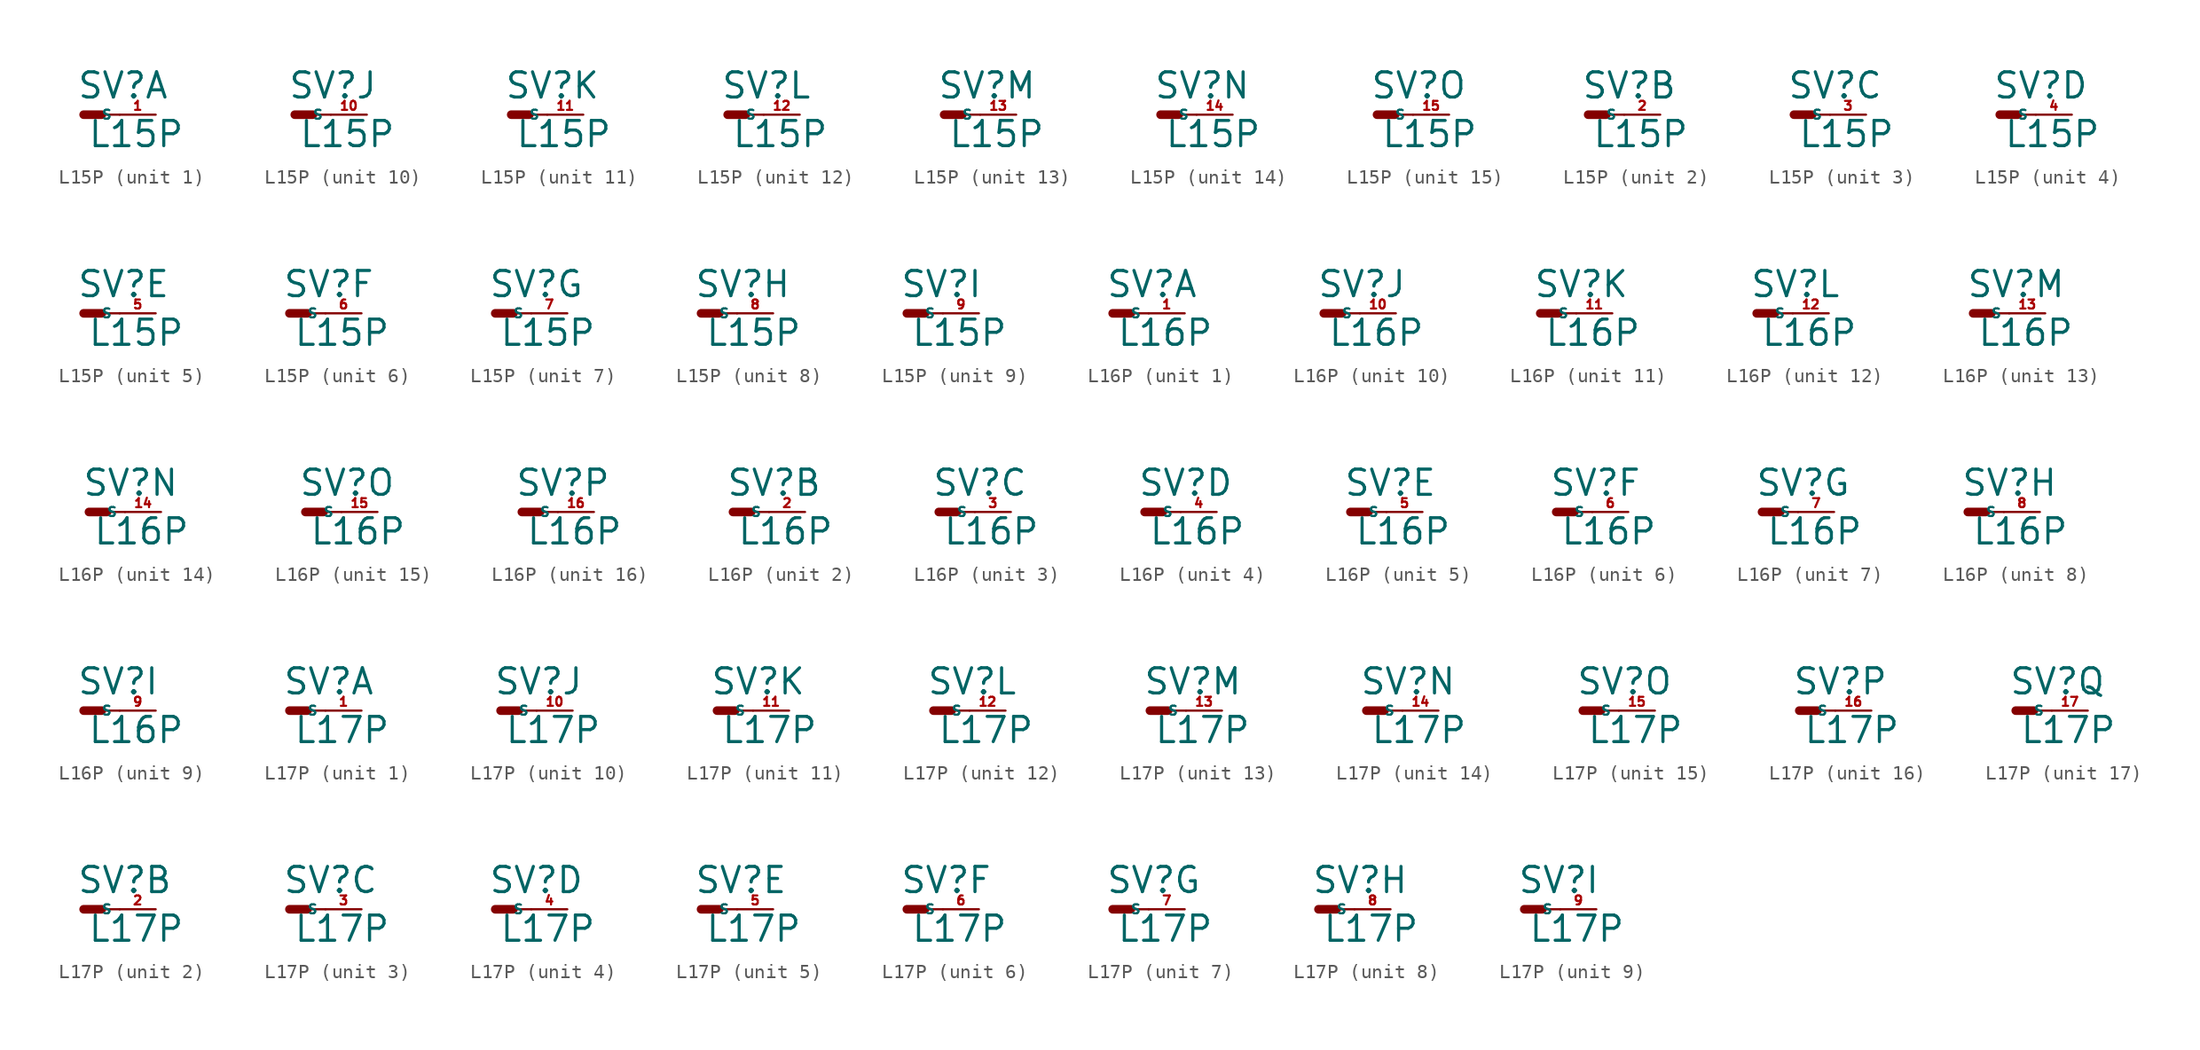
<source format=kicad_sym>
(kicad_symbol_lib
  (version 20220914)
  (generator Eagle2Kicad)
  (symbol "L15P"
    (property "Reference" "SV"
      (at -0.508 1.016 0)
      (effects (font (size 1.778 1.778) (thickness 0.22)) (justify left bottom)))
    (property "Value" "L15P"
      (at 0.254 -2.413 0)
      (effects (font (size 1.778 1.778) (thickness 0.22)) (justify left bottom)))
    (symbol "L15P_1_0"
      (polyline (pts (xy 1.27 0) (xy 2.54 0)) (stroke (width 0.152) (type default)) (fill (type none)))
      (polyline (pts (xy 0 0) (xy 1.27 0)) (stroke (width 0.61) (type default)) (fill (type none)))
      (pin passive line (at 5.08 0 180) (length 2.54) (name "S" (effects (font (size 0.635 0.635) (thickness 0.08)) (justify left bottom))) (number "1" (effects (font (size 0.635 0.635) (thickness 0.08)) (justify left bottom)))))
    (symbol "L15P_2_0"
      (polyline (pts (xy 1.27 0) (xy 2.54 0)) (stroke (width 0.152) (type default)) (fill (type none)))
      (polyline (pts (xy 0 0) (xy 1.27 0)) (stroke (width 0.61) (type default)) (fill (type none)))
      (pin passive line (at 5.08 0 180) (length 2.54) (name "S" (effects (font (size 0.635 0.635) (thickness 0.08)) (justify left bottom))) (number "2" (effects (font (size 0.635 0.635) (thickness 0.08)) (justify left bottom)))))
    (symbol "L15P_3_0"
      (polyline (pts (xy 1.27 0) (xy 2.54 0)) (stroke (width 0.152) (type default)) (fill (type none)))
      (polyline (pts (xy 0 0) (xy 1.27 0)) (stroke (width 0.61) (type default)) (fill (type none)))
      (pin passive line (at 5.08 0 180) (length 2.54) (name "S" (effects (font (size 0.635 0.635) (thickness 0.08)) (justify left bottom))) (number "3" (effects (font (size 0.635 0.635) (thickness 0.08)) (justify left bottom)))))
    (symbol "L15P_4_0"
      (polyline (pts (xy 1.27 0) (xy 2.54 0)) (stroke (width 0.152) (type default)) (fill (type none)))
      (polyline (pts (xy 0 0) (xy 1.27 0)) (stroke (width 0.61) (type default)) (fill (type none)))
      (pin passive line (at 5.08 0 180) (length 2.54) (name "S" (effects (font (size 0.635 0.635) (thickness 0.08)) (justify left bottom))) (number "4" (effects (font (size 0.635 0.635) (thickness 0.08)) (justify left bottom)))))
    (symbol "L15P_5_0"
      (polyline (pts (xy 1.27 0) (xy 2.54 0)) (stroke (width 0.152) (type default)) (fill (type none)))
      (polyline (pts (xy 0 0) (xy 1.27 0)) (stroke (width 0.61) (type default)) (fill (type none)))
      (pin passive line (at 5.08 0 180) (length 2.54) (name "S" (effects (font (size 0.635 0.635) (thickness 0.08)) (justify left bottom))) (number "5" (effects (font (size 0.635 0.635) (thickness 0.08)) (justify left bottom)))))
    (symbol "L15P_6_0"
      (polyline (pts (xy 1.27 0) (xy 2.54 0)) (stroke (width 0.152) (type default)) (fill (type none)))
      (polyline (pts (xy 0 0) (xy 1.27 0)) (stroke (width 0.61) (type default)) (fill (type none)))
      (pin passive line (at 5.08 0 180) (length 2.54) (name "S" (effects (font (size 0.635 0.635) (thickness 0.08)) (justify left bottom))) (number "6" (effects (font (size 0.635 0.635) (thickness 0.08)) (justify left bottom)))))
    (symbol "L15P_7_0"
      (polyline (pts (xy 1.27 0) (xy 2.54 0)) (stroke (width 0.152) (type default)) (fill (type none)))
      (polyline (pts (xy 0 0) (xy 1.27 0)) (stroke (width 0.61) (type default)) (fill (type none)))
      (pin passive line (at 5.08 0 180) (length 2.54) (name "S" (effects (font (size 0.635 0.635) (thickness 0.08)) (justify left bottom))) (number "7" (effects (font (size 0.635 0.635) (thickness 0.08)) (justify left bottom)))))
    (symbol "L15P_8_0"
      (polyline (pts (xy 1.27 0) (xy 2.54 0)) (stroke (width 0.152) (type default)) (fill (type none)))
      (polyline (pts (xy 0 0) (xy 1.27 0)) (stroke (width 0.61) (type default)) (fill (type none)))
      (pin passive line (at 5.08 0 180) (length 2.54) (name "S" (effects (font (size 0.635 0.635) (thickness 0.08)) (justify left bottom))) (number "8" (effects (font (size 0.635 0.635) (thickness 0.08)) (justify left bottom)))))
    (symbol "L15P_9_0"
      (polyline (pts (xy 1.27 0) (xy 2.54 0)) (stroke (width 0.152) (type default)) (fill (type none)))
      (polyline (pts (xy 0 0) (xy 1.27 0)) (stroke (width 0.61) (type default)) (fill (type none)))
      (pin passive line (at 5.08 0 180) (length 2.54) (name "S" (effects (font (size 0.635 0.635) (thickness 0.08)) (justify left bottom))) (number "9" (effects (font (size 0.635 0.635) (thickness 0.08)) (justify left bottom)))))
    (symbol "L15P_10_0"
      (polyline (pts (xy 1.27 0) (xy 2.54 0)) (stroke (width 0.152) (type default)) (fill (type none)))
      (polyline (pts (xy 0 0) (xy 1.27 0)) (stroke (width 0.61) (type default)) (fill (type none)))
      (pin passive line (at 5.08 0 180) (length 2.54) (name "S" (effects (font (size 0.635 0.635) (thickness 0.08)) (justify left bottom))) (number "10" (effects (font (size 0.635 0.635) (thickness 0.08)) (justify left bottom)))))
    (symbol "L15P_11_0"
      (polyline (pts (xy 1.27 0) (xy 2.54 0)) (stroke (width 0.152) (type default)) (fill (type none)))
      (polyline (pts (xy 0 0) (xy 1.27 0)) (stroke (width 0.61) (type default)) (fill (type none)))
      (pin passive line (at 5.08 0 180) (length 2.54) (name "S" (effects (font (size 0.635 0.635) (thickness 0.08)) (justify left bottom))) (number "11" (effects (font (size 0.635 0.635) (thickness 0.08)) (justify left bottom)))))
    (symbol "L15P_12_0"
      (polyline (pts (xy 1.27 0) (xy 2.54 0)) (stroke (width 0.152) (type default)) (fill (type none)))
      (polyline (pts (xy 0 0) (xy 1.27 0)) (stroke (width 0.61) (type default)) (fill (type none)))
      (pin passive line (at 5.08 0 180) (length 2.54) (name "S" (effects (font (size 0.635 0.635) (thickness 0.08)) (justify left bottom))) (number "12" (effects (font (size 0.635 0.635) (thickness 0.08)) (justify left bottom)))))
    (symbol "L15P_13_0"
      (polyline (pts (xy 1.27 0) (xy 2.54 0)) (stroke (width 0.152) (type default)) (fill (type none)))
      (polyline (pts (xy 0 0) (xy 1.27 0)) (stroke (width 0.61) (type default)) (fill (type none)))
      (pin passive line (at 5.08 0 180) (length 2.54) (name "S" (effects (font (size 0.635 0.635) (thickness 0.08)) (justify left bottom))) (number "13" (effects (font (size 0.635 0.635) (thickness 0.08)) (justify left bottom)))))
    (symbol "L15P_14_0"
      (polyline (pts (xy 1.27 0) (xy 2.54 0)) (stroke (width 0.152) (type default)) (fill (type none)))
      (polyline (pts (xy 0 0) (xy 1.27 0)) (stroke (width 0.61) (type default)) (fill (type none)))
      (pin passive line (at 5.08 0 180) (length 2.54) (name "S" (effects (font (size 0.635 0.635) (thickness 0.08)) (justify left bottom))) (number "14" (effects (font (size 0.635 0.635) (thickness 0.08)) (justify left bottom)))))
    (symbol "L15P_15_0"
      (polyline (pts (xy 1.27 0) (xy 2.54 0)) (stroke (width 0.152) (type default)) (fill (type none)))
      (polyline (pts (xy 0 0) (xy 1.27 0)) (stroke (width 0.61) (type default)) (fill (type none)))
      (pin passive line (at 5.08 0 180) (length 2.54) (name "S" (effects (font (size 0.635 0.635) (thickness 0.08)) (justify left bottom))) (number "15" (effects (font (size 0.635 0.635) (thickness 0.08)) (justify left bottom))))))
  (symbol "L16P"
    (property "Reference" "SV"
      (at -0.508 1.016 0)
      (effects (font (size 1.778 1.778) (thickness 0.22)) (justify left bottom)))
    (property "Value" "L16P"
      (at 0.254 -2.413 0)
      (effects (font (size 1.778 1.778) (thickness 0.22)) (justify left bottom)))
    (symbol "L16P_1_0"
      (polyline (pts (xy 1.27 0) (xy 2.54 0)) (stroke (width 0.152) (type default)) (fill (type none)))
      (polyline (pts (xy 0 0) (xy 1.27 0)) (stroke (width 0.61) (type default)) (fill (type none)))
      (pin passive line (at 5.08 0 180) (length 2.54) (name "S" (effects (font (size 0.635 0.635) (thickness 0.08)) (justify left bottom))) (number "1" (effects (font (size 0.635 0.635) (thickness 0.08)) (justify left bottom)))))
    (symbol "L16P_2_0"
      (polyline (pts (xy 1.27 0) (xy 2.54 0)) (stroke (width 0.152) (type default)) (fill (type none)))
      (polyline (pts (xy 0 0) (xy 1.27 0)) (stroke (width 0.61) (type default)) (fill (type none)))
      (pin passive line (at 5.08 0 180) (length 2.54) (name "S" (effects (font (size 0.635 0.635) (thickness 0.08)) (justify left bottom))) (number "2" (effects (font (size 0.635 0.635) (thickness 0.08)) (justify left bottom)))))
    (symbol "L16P_3_0"
      (polyline (pts (xy 1.27 0) (xy 2.54 0)) (stroke (width 0.152) (type default)) (fill (type none)))
      (polyline (pts (xy 0 0) (xy 1.27 0)) (stroke (width 0.61) (type default)) (fill (type none)))
      (pin passive line (at 5.08 0 180) (length 2.54) (name "S" (effects (font (size 0.635 0.635) (thickness 0.08)) (justify left bottom))) (number "3" (effects (font (size 0.635 0.635) (thickness 0.08)) (justify left bottom)))))
    (symbol "L16P_4_0"
      (polyline (pts (xy 1.27 0) (xy 2.54 0)) (stroke (width 0.152) (type default)) (fill (type none)))
      (polyline (pts (xy 0 0) (xy 1.27 0)) (stroke (width 0.61) (type default)) (fill (type none)))
      (pin passive line (at 5.08 0 180) (length 2.54) (name "S" (effects (font (size 0.635 0.635) (thickness 0.08)) (justify left bottom))) (number "4" (effects (font (size 0.635 0.635) (thickness 0.08)) (justify left bottom)))))
    (symbol "L16P_5_0"
      (polyline (pts (xy 1.27 0) (xy 2.54 0)) (stroke (width 0.152) (type default)) (fill (type none)))
      (polyline (pts (xy 0 0) (xy 1.27 0)) (stroke (width 0.61) (type default)) (fill (type none)))
      (pin passive line (at 5.08 0 180) (length 2.54) (name "S" (effects (font (size 0.635 0.635) (thickness 0.08)) (justify left bottom))) (number "5" (effects (font (size 0.635 0.635) (thickness 0.08)) (justify left bottom)))))
    (symbol "L16P_6_0"
      (polyline (pts (xy 1.27 0) (xy 2.54 0)) (stroke (width 0.152) (type default)) (fill (type none)))
      (polyline (pts (xy 0 0) (xy 1.27 0)) (stroke (width 0.61) (type default)) (fill (type none)))
      (pin passive line (at 5.08 0 180) (length 2.54) (name "S" (effects (font (size 0.635 0.635) (thickness 0.08)) (justify left bottom))) (number "6" (effects (font (size 0.635 0.635) (thickness 0.08)) (justify left bottom)))))
    (symbol "L16P_7_0"
      (polyline (pts (xy 1.27 0) (xy 2.54 0)) (stroke (width 0.152) (type default)) (fill (type none)))
      (polyline (pts (xy 0 0) (xy 1.27 0)) (stroke (width 0.61) (type default)) (fill (type none)))
      (pin passive line (at 5.08 0 180) (length 2.54) (name "S" (effects (font (size 0.635 0.635) (thickness 0.08)) (justify left bottom))) (number "7" (effects (font (size 0.635 0.635) (thickness 0.08)) (justify left bottom)))))
    (symbol "L16P_8_0"
      (polyline (pts (xy 1.27 0) (xy 2.54 0)) (stroke (width 0.152) (type default)) (fill (type none)))
      (polyline (pts (xy 0 0) (xy 1.27 0)) (stroke (width 0.61) (type default)) (fill (type none)))
      (pin passive line (at 5.08 0 180) (length 2.54) (name "S" (effects (font (size 0.635 0.635) (thickness 0.08)) (justify left bottom))) (number "8" (effects (font (size 0.635 0.635) (thickness 0.08)) (justify left bottom)))))
    (symbol "L16P_9_0"
      (polyline (pts (xy 1.27 0) (xy 2.54 0)) (stroke (width 0.152) (type default)) (fill (type none)))
      (polyline (pts (xy 0 0) (xy 1.27 0)) (stroke (width 0.61) (type default)) (fill (type none)))
      (pin passive line (at 5.08 0 180) (length 2.54) (name "S" (effects (font (size 0.635 0.635) (thickness 0.08)) (justify left bottom))) (number "9" (effects (font (size 0.635 0.635) (thickness 0.08)) (justify left bottom)))))
    (symbol "L16P_10_0"
      (polyline (pts (xy 1.27 0) (xy 2.54 0)) (stroke (width 0.152) (type default)) (fill (type none)))
      (polyline (pts (xy 0 0) (xy 1.27 0)) (stroke (width 0.61) (type default)) (fill (type none)))
      (pin passive line (at 5.08 0 180) (length 2.54) (name "S" (effects (font (size 0.635 0.635) (thickness 0.08)) (justify left bottom))) (number "10" (effects (font (size 0.635 0.635) (thickness 0.08)) (justify left bottom)))))
    (symbol "L16P_11_0"
      (polyline (pts (xy 1.27 0) (xy 2.54 0)) (stroke (width 0.152) (type default)) (fill (type none)))
      (polyline (pts (xy 0 0) (xy 1.27 0)) (stroke (width 0.61) (type default)) (fill (type none)))
      (pin passive line (at 5.08 0 180) (length 2.54) (name "S" (effects (font (size 0.635 0.635) (thickness 0.08)) (justify left bottom))) (number "11" (effects (font (size 0.635 0.635) (thickness 0.08)) (justify left bottom)))))
    (symbol "L16P_12_0"
      (polyline (pts (xy 1.27 0) (xy 2.54 0)) (stroke (width 0.152) (type default)) (fill (type none)))
      (polyline (pts (xy 0 0) (xy 1.27 0)) (stroke (width 0.61) (type default)) (fill (type none)))
      (pin passive line (at 5.08 0 180) (length 2.54) (name "S" (effects (font (size 0.635 0.635) (thickness 0.08)) (justify left bottom))) (number "12" (effects (font (size 0.635 0.635) (thickness 0.08)) (justify left bottom)))))
    (symbol "L16P_13_0"
      (polyline (pts (xy 1.27 0) (xy 2.54 0)) (stroke (width 0.152) (type default)) (fill (type none)))
      (polyline (pts (xy 0 0) (xy 1.27 0)) (stroke (width 0.61) (type default)) (fill (type none)))
      (pin passive line (at 5.08 0 180) (length 2.54) (name "S" (effects (font (size 0.635 0.635) (thickness 0.08)) (justify left bottom))) (number "13" (effects (font (size 0.635 0.635) (thickness 0.08)) (justify left bottom)))))
    (symbol "L16P_14_0"
      (polyline (pts (xy 1.27 0) (xy 2.54 0)) (stroke (width 0.152) (type default)) (fill (type none)))
      (polyline (pts (xy 0 0) (xy 1.27 0)) (stroke (width 0.61) (type default)) (fill (type none)))
      (pin passive line (at 5.08 0 180) (length 2.54) (name "S" (effects (font (size 0.635 0.635) (thickness 0.08)) (justify left bottom))) (number "14" (effects (font (size 0.635 0.635) (thickness 0.08)) (justify left bottom)))))
    (symbol "L16P_15_0"
      (polyline (pts (xy 1.27 0) (xy 2.54 0)) (stroke (width 0.152) (type default)) (fill (type none)))
      (polyline (pts (xy 0 0) (xy 1.27 0)) (stroke (width 0.61) (type default)) (fill (type none)))
      (pin passive line (at 5.08 0 180) (length 2.54) (name "S" (effects (font (size 0.635 0.635) (thickness 0.08)) (justify left bottom))) (number "15" (effects (font (size 0.635 0.635) (thickness 0.08)) (justify left bottom)))))
    (symbol "L16P_16_0"
      (polyline (pts (xy 1.27 0) (xy 2.54 0)) (stroke (width 0.152) (type default)) (fill (type none)))
      (polyline (pts (xy 0 0) (xy 1.27 0)) (stroke (width 0.61) (type default)) (fill (type none)))
      (pin passive line (at 5.08 0 180) (length 2.54) (name "S" (effects (font (size 0.635 0.635) (thickness 0.08)) (justify left bottom))) (number "16" (effects (font (size 0.635 0.635) (thickness 0.08)) (justify left bottom))))))
  (symbol "L17P"
    (property "Reference" "SV"
      (at -0.508 1.016 0)
      (effects (font (size 1.778 1.778) (thickness 0.22)) (justify left bottom)))
    (property "Value" "L17P"
      (at 0.254 -2.413 0)
      (effects (font (size 1.778 1.778) (thickness 0.22)) (justify left bottom)))
    (symbol "L17P_1_0"
      (polyline (pts (xy 1.27 0) (xy 2.54 0)) (stroke (width 0.152) (type default)) (fill (type none)))
      (polyline (pts (xy 0 0) (xy 1.27 0)) (stroke (width 0.61) (type default)) (fill (type none)))
      (pin passive line (at 5.08 0 180) (length 2.54) (name "S" (effects (font (size 0.635 0.635) (thickness 0.08)) (justify left bottom))) (number "1" (effects (font (size 0.635 0.635) (thickness 0.08)) (justify left bottom)))))
    (symbol "L17P_2_0"
      (polyline (pts (xy 1.27 0) (xy 2.54 0)) (stroke (width 0.152) (type default)) (fill (type none)))
      (polyline (pts (xy 0 0) (xy 1.27 0)) (stroke (width 0.61) (type default)) (fill (type none)))
      (pin passive line (at 5.08 0 180) (length 2.54) (name "S" (effects (font (size 0.635 0.635) (thickness 0.08)) (justify left bottom))) (number "2" (effects (font (size 0.635 0.635) (thickness 0.08)) (justify left bottom)))))
    (symbol "L17P_3_0"
      (polyline (pts (xy 1.27 0) (xy 2.54 0)) (stroke (width 0.152) (type default)) (fill (type none)))
      (polyline (pts (xy 0 0) (xy 1.27 0)) (stroke (width 0.61) (type default)) (fill (type none)))
      (pin passive line (at 5.08 0 180) (length 2.54) (name "S" (effects (font (size 0.635 0.635) (thickness 0.08)) (justify left bottom))) (number "3" (effects (font (size 0.635 0.635) (thickness 0.08)) (justify left bottom)))))
    (symbol "L17P_4_0"
      (polyline (pts (xy 1.27 0) (xy 2.54 0)) (stroke (width 0.152) (type default)) (fill (type none)))
      (polyline (pts (xy 0 0) (xy 1.27 0)) (stroke (width 0.61) (type default)) (fill (type none)))
      (pin passive line (at 5.08 0 180) (length 2.54) (name "S" (effects (font (size 0.635 0.635) (thickness 0.08)) (justify left bottom))) (number "4" (effects (font (size 0.635 0.635) (thickness 0.08)) (justify left bottom)))))
    (symbol "L17P_5_0"
      (polyline (pts (xy 1.27 0) (xy 2.54 0)) (stroke (width 0.152) (type default)) (fill (type none)))
      (polyline (pts (xy 0 0) (xy 1.27 0)) (stroke (width 0.61) (type default)) (fill (type none)))
      (pin passive line (at 5.08 0 180) (length 2.54) (name "S" (effects (font (size 0.635 0.635) (thickness 0.08)) (justify left bottom))) (number "5" (effects (font (size 0.635 0.635) (thickness 0.08)) (justify left bottom)))))
    (symbol "L17P_6_0"
      (polyline (pts (xy 1.27 0) (xy 2.54 0)) (stroke (width 0.152) (type default)) (fill (type none)))
      (polyline (pts (xy 0 0) (xy 1.27 0)) (stroke (width 0.61) (type default)) (fill (type none)))
      (pin passive line (at 5.08 0 180) (length 2.54) (name "S" (effects (font (size 0.635 0.635) (thickness 0.08)) (justify left bottom))) (number "6" (effects (font (size 0.635 0.635) (thickness 0.08)) (justify left bottom)))))
    (symbol "L17P_7_0"
      (polyline (pts (xy 1.27 0) (xy 2.54 0)) (stroke (width 0.152) (type default)) (fill (type none)))
      (polyline (pts (xy 0 0) (xy 1.27 0)) (stroke (width 0.61) (type default)) (fill (type none)))
      (pin passive line (at 5.08 0 180) (length 2.54) (name "S" (effects (font (size 0.635 0.635) (thickness 0.08)) (justify left bottom))) (number "7" (effects (font (size 0.635 0.635) (thickness 0.08)) (justify left bottom)))))
    (symbol "L17P_8_0"
      (polyline (pts (xy 1.27 0) (xy 2.54 0)) (stroke (width 0.152) (type default)) (fill (type none)))
      (polyline (pts (xy 0 0) (xy 1.27 0)) (stroke (width 0.61) (type default)) (fill (type none)))
      (pin passive line (at 5.08 0 180) (length 2.54) (name "S" (effects (font (size 0.635 0.635) (thickness 0.08)) (justify left bottom))) (number "8" (effects (font (size 0.635 0.635) (thickness 0.08)) (justify left bottom)))))
    (symbol "L17P_9_0"
      (polyline (pts (xy 1.27 0) (xy 2.54 0)) (stroke (width 0.152) (type default)) (fill (type none)))
      (polyline (pts (xy 0 0) (xy 1.27 0)) (stroke (width 0.61) (type default)) (fill (type none)))
      (pin passive line (at 5.08 0 180) (length 2.54) (name "S" (effects (font (size 0.635 0.635) (thickness 0.08)) (justify left bottom))) (number "9" (effects (font (size 0.635 0.635) (thickness 0.08)) (justify left bottom)))))
    (symbol "L17P_10_0"
      (polyline (pts (xy 1.27 0) (xy 2.54 0)) (stroke (width 0.152) (type default)) (fill (type none)))
      (polyline (pts (xy 0 0) (xy 1.27 0)) (stroke (width 0.61) (type default)) (fill (type none)))
      (pin passive line (at 5.08 0 180) (length 2.54) (name "S" (effects (font (size 0.635 0.635) (thickness 0.08)) (justify left bottom))) (number "10" (effects (font (size 0.635 0.635) (thickness 0.08)) (justify left bottom)))))
    (symbol "L17P_11_0"
      (polyline (pts (xy 1.27 0) (xy 2.54 0)) (stroke (width 0.152) (type default)) (fill (type none)))
      (polyline (pts (xy 0 0) (xy 1.27 0)) (stroke (width 0.61) (type default)) (fill (type none)))
      (pin passive line (at 5.08 0 180) (length 2.54) (name "S" (effects (font (size 0.635 0.635) (thickness 0.08)) (justify left bottom))) (number "11" (effects (font (size 0.635 0.635) (thickness 0.08)) (justify left bottom)))))
    (symbol "L17P_12_0"
      (polyline (pts (xy 1.27 0) (xy 2.54 0)) (stroke (width 0.152) (type default)) (fill (type none)))
      (polyline (pts (xy 0 0) (xy 1.27 0)) (stroke (width 0.61) (type default)) (fill (type none)))
      (pin passive line (at 5.08 0 180) (length 2.54) (name "S" (effects (font (size 0.635 0.635) (thickness 0.08)) (justify left bottom))) (number "12" (effects (font (size 0.635 0.635) (thickness 0.08)) (justify left bottom)))))
    (symbol "L17P_13_0"
      (polyline (pts (xy 1.27 0) (xy 2.54 0)) (stroke (width 0.152) (type default)) (fill (type none)))
      (polyline (pts (xy 0 0) (xy 1.27 0)) (stroke (width 0.61) (type default)) (fill (type none)))
      (pin passive line (at 5.08 0 180) (length 2.54) (name "S" (effects (font (size 0.635 0.635) (thickness 0.08)) (justify left bottom))) (number "13" (effects (font (size 0.635 0.635) (thickness 0.08)) (justify left bottom)))))
    (symbol "L17P_14_0"
      (polyline (pts (xy 1.27 0) (xy 2.54 0)) (stroke (width 0.152) (type default)) (fill (type none)))
      (polyline (pts (xy 0 0) (xy 1.27 0)) (stroke (width 0.61) (type default)) (fill (type none)))
      (pin passive line (at 5.08 0 180) (length 2.54) (name "S" (effects (font (size 0.635 0.635) (thickness 0.08)) (justify left bottom))) (number "14" (effects (font (size 0.635 0.635) (thickness 0.08)) (justify left bottom)))))
    (symbol "L17P_15_0"
      (polyline (pts (xy 1.27 0) (xy 2.54 0)) (stroke (width 0.152) (type default)) (fill (type none)))
      (polyline (pts (xy 0 0) (xy 1.27 0)) (stroke (width 0.61) (type default)) (fill (type none)))
      (pin passive line (at 5.08 0 180) (length 2.54) (name "S" (effects (font (size 0.635 0.635) (thickness 0.08)) (justify left bottom))) (number "15" (effects (font (size 0.635 0.635) (thickness 0.08)) (justify left bottom)))))
    (symbol "L17P_16_0"
      (polyline (pts (xy 1.27 0) (xy 2.54 0)) (stroke (width 0.152) (type default)) (fill (type none)))
      (polyline (pts (xy 0 0) (xy 1.27 0)) (stroke (width 0.61) (type default)) (fill (type none)))
      (pin passive line (at 5.08 0 180) (length 2.54) (name "S" (effects (font (size 0.635 0.635) (thickness 0.08)) (justify left bottom))) (number "16" (effects (font (size 0.635 0.635) (thickness 0.08)) (justify left bottom)))))
    (symbol "L17P_17_0"
      (polyline (pts (xy 1.27 0) (xy 2.54 0)) (stroke (width 0.152) (type default)) (fill (type none)))
      (polyline (pts (xy 0 0) (xy 1.27 0)) (stroke (width 0.61) (type default)) (fill (type none)))
      (pin passive line (at 5.08 0 180) (length 2.54) (name "S" (effects (font (size 0.635 0.635) (thickness 0.08)) (justify left bottom))) (number "17" (effects (font (size 0.635 0.635) (thickness 0.08)) (justify left bottom)))))))
</source>
